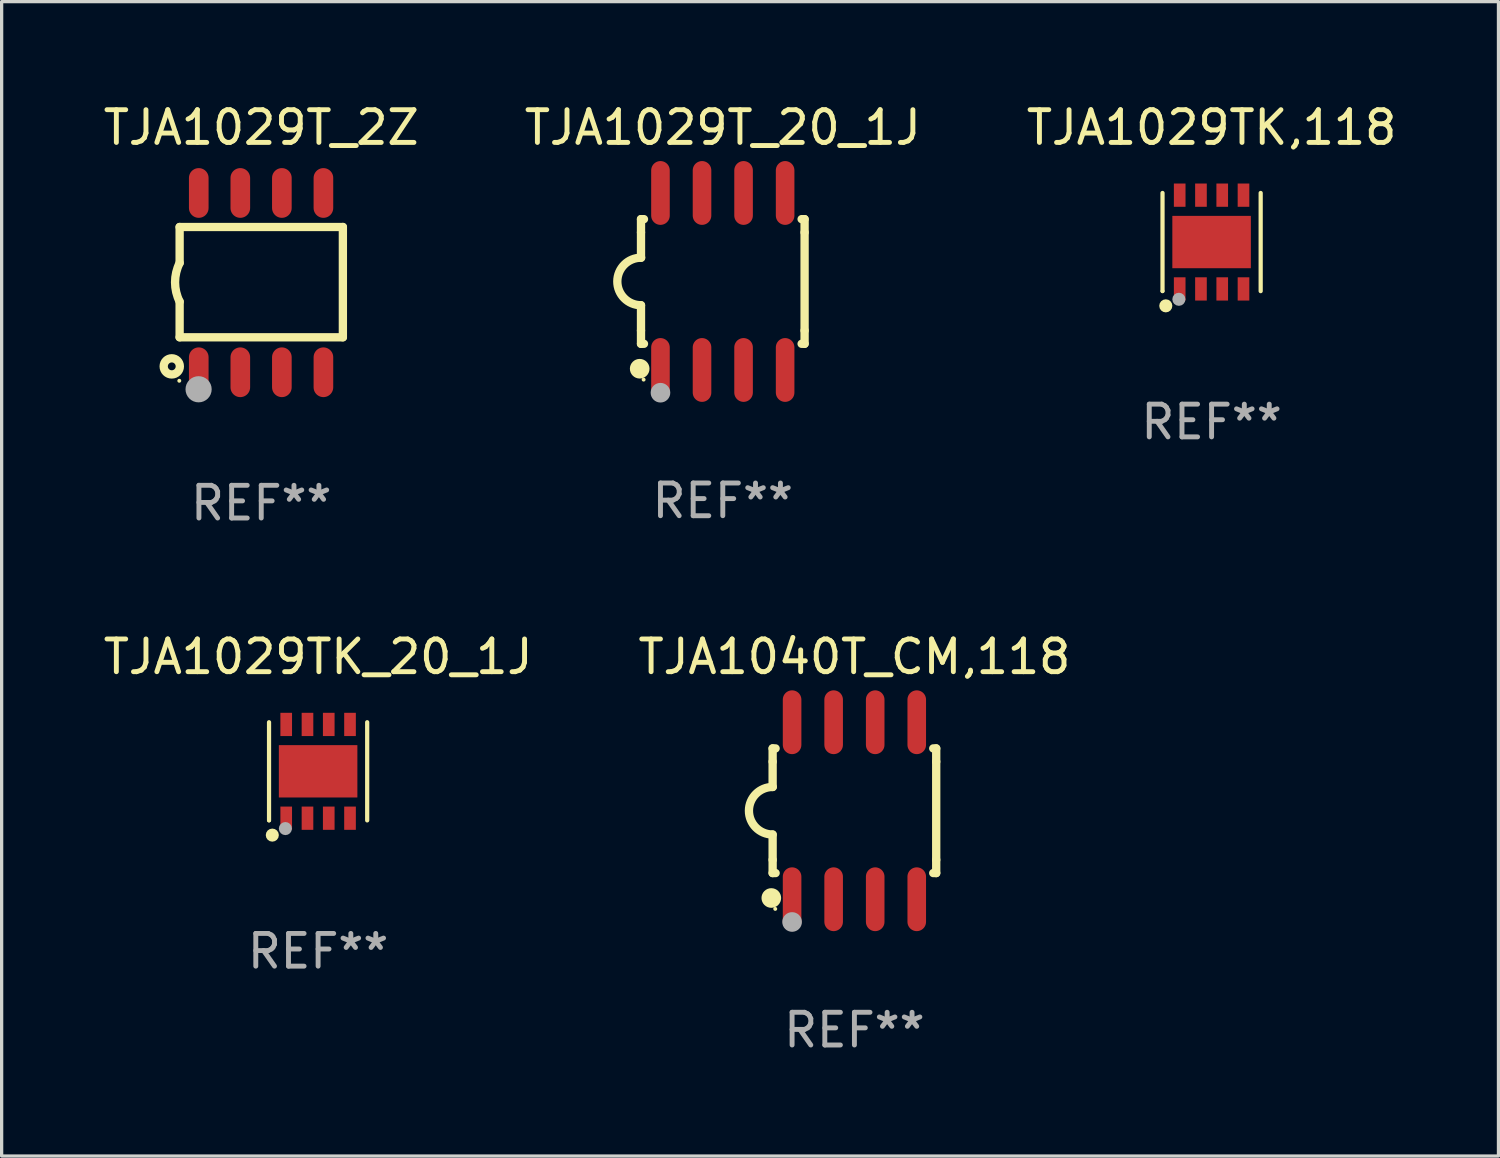
<source format=kicad_pcb>
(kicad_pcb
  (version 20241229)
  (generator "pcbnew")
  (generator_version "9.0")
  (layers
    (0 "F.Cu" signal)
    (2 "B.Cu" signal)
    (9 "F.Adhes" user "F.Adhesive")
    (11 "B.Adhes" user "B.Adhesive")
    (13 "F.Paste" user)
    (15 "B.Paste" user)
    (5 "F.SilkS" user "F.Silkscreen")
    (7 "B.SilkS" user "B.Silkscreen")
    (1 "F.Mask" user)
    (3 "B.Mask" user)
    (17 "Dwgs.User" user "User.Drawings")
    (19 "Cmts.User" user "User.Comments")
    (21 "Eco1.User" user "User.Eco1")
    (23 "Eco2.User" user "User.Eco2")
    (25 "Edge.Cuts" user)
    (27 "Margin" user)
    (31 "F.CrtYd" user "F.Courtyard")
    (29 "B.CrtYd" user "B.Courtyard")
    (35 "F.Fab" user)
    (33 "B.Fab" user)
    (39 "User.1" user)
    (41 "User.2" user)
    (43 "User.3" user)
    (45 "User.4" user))
  (footprint "TJA1029T_2Z"
    (layer "F.Cu")
    (at 4.935 5.588)
    (property "Reference" "TJA1029T_2Z" (at 0 -4.74 0) (layer "F.SilkS") (effects (font (size 1 1) (thickness 0.15))))
    (attr through_hole)
    (fp_line (start -2.495 -1.7) (end 2.495 -1.7) (stroke (width 0.254) (type solid)) (layer "F.SilkS"))
    (fp_line (start -2.495 -0.6) (end -2.495 -1.7) (stroke (width 0.254) (type solid)) (layer "F.SilkS"))
    (fp_line (start -2.495 1.671) (end -2.495 0.58) (stroke (width 0.254) (type solid)) (layer "F.SilkS"))
    (fp_line (start 2.495 -1.7) (end 2.495 1.671) (stroke (width 0.254) (type solid)) (layer "F.SilkS"))
    (fp_line (start 2.495 1.671) (end -2.495 1.671) (stroke (width 0.254) (type solid)) (layer "F.SilkS"))
    (fp_arc (start -2.495009 0.58001) (mid -2.634112 -0.009995) (end -2.495009 -0.6) (stroke (width 0.254001) (type solid)) (layer "F.SilkS"))
    (fp_circle (center -2.735 2.56) (end -2.615 2.56) (stroke (width 0.254) (type solid)) (fill no) (layer "F.SilkS"))
    (fp_circle (center -2.505 3) (end -2.475 3) (stroke (width 0.06) (type solid)) (fill no) (layer "F.SilkS"))
    (fp_circle (center -1.915 3.26) (end -1.715 3.26) (stroke (width 0.4) (type solid)) (fill no) (layer "F.Fab"))
    (fp_text user "REF**" (at 0 6.74 0) (layer "F.Fab") (effects (font (size 1 1) (thickness 0.15))))
    (pad "1" smd oval (at -1.91 2.74) (size 0.6 1.52) (layers "F.Cu" "F.Mask" "F.Paste"))
    (pad "2" smd oval (at -0.64 2.74) (size 0.6 1.52) (layers "F.Cu" "F.Mask" "F.Paste"))
    (pad "3" smd oval (at 0.63 2.74) (size 0.6 1.52) (layers "F.Cu" "F.Mask" "F.Paste"))
    (pad "4" smd oval (at 1.9 2.74) (size 0.6 1.52) (layers "F.Cu" "F.Mask" "F.Paste"))
    (pad "5" smd oval (at 1.9 -2.74) (size 0.6 1.52) (layers "F.Cu" "F.Mask" "F.Paste"))
    (pad "6" smd oval (at 0.63 -2.74) (size 0.6 1.52) (layers "F.Cu" "F.Mask" "F.Paste"))
    (pad "7" smd oval (at -0.64 -2.74) (size 0.6 1.52) (layers "F.Cu" "F.Mask" "F.Paste"))
    (pad "8" smd oval (at -1.91 -2.74) (size 0.6 1.52) (layers "F.Cu" "F.Mask" "F.Paste")))
  (footprint "TJA1029TK_20_1J"
    (layer "F.Cu")
    (at 6.673 20.525)
    (property "Reference" "TJA1029TK_20_1J" (at 0 -3.5 0) (layer "F.SilkS") (effects (font (size 1 1) (thickness 0.15))))
    (attr through_hole)
    (fp_line (start -1.5 1.5) (end -1.5 -1.5) (stroke (width 0.129) (type solid)) (layer "F.SilkS"))
    (fp_line (start 1.5 -1.5) (end 1.5 1.5) (stroke (width 0.129) (type solid)) (layer "F.SilkS"))
    (fp_circle (center -1.5 1.5) (end -1.47 1.5) (stroke (width 0.06) (type solid)) (fill no) (layer "F.SilkS"))
    (fp_circle (center -1.4 1.95) (end -1.3 1.95) (stroke (width 0.2) (type solid)) (fill no) (layer "F.SilkS"))
    (fp_circle (center -1 1.75) (end -0.9 1.75) (stroke (width 0.2) (type solid)) (fill no) (layer "F.Fab"))
    (fp_text user "REF**" (at 0 5.5 0) (layer "F.Fab") (effects (font (size 1 1) (thickness 0.15))))
    (pad "1" smd rect (at -0.975 1.433) (size 0.356 0.711) (layers "F.Cu" "F.Mask" "F.Paste"))
    (pad "2" smd rect (at -0.325 1.433) (size 0.356 0.711) (layers "F.Cu" "F.Mask" "F.Paste"))
    (pad "3" smd rect (at 0.325 1.433) (size 0.356 0.711) (layers "F.Cu" "F.Mask" "F.Paste"))
    (pad "4" smd rect (at 0.975 1.433) (size 0.356 0.711) (layers "F.Cu" "F.Mask" "F.Paste"))
    (pad "5" smd rect (at 0.975 -1.433) (size 0.356 0.711) (layers "F.Cu" "F.Mask" "F.Paste"))
    (pad "6" smd rect (at 0.325 -1.433) (size 0.356 0.711) (layers "F.Cu" "F.Mask" "F.Paste"))
    (pad "7" smd rect (at -0.325 -1.433) (size 0.356 0.711) (layers "F.Cu" "F.Mask" "F.Paste"))
    (pad "8" smd rect (at -0.975 -1.433) (size 0.356 0.711) (layers "F.Cu" "F.Mask" "F.Paste"))
    (pad "9" smd rect (at 0 0) (size 2.4 1.6) (layers "F.Cu" "F.Mask" "F.Paste")))
  (footprint "TJA1040T_CM,118"
    (layer "F.Cu")
    (at 23.065 21.73)
    (property "Reference" "TJA1040T_CM,118" (at 0 -4.705 0) (layer "F.SilkS") (effects (font (size 1 1) (thickness 0.15))))
    (attr through_hole)
    (fp_line (start -2.5 -1.905) (end -2.409 -1.905) (stroke (width 0.254) (type solid)) (layer "F.SilkS"))
    (fp_line (start -2.5 -1.5) (end -2.5 -1.905) (stroke (width 0.254) (type solid)) (layer "F.SilkS"))
    (fp_line (start -2.5 -1.5) (end -2.5 -0.726) (stroke (width 0.254) (type solid)) (layer "F.SilkS"))
    (fp_line (start -2.5 1.5) (end -2.5 0.727) (stroke (width 0.254) (type solid)) (layer "F.SilkS"))
    (fp_line (start -2.5 1.5) (end -2.5 1.905) (stroke (width 0.254) (type solid)) (layer "F.SilkS"))
    (fp_line (start -2.5 1.905) (end -2.409 1.905) (stroke (width 0.254) (type solid)) (layer "F.SilkS"))
    (fp_line (start 2.5 -1.905) (end 2.409 -1.905) (stroke (width 0.254) (type solid)) (layer "F.SilkS"))
    (fp_line (start 2.5 -1.5) (end 2.5 -1.905) (stroke (width 0.254) (type solid)) (layer "F.SilkS"))
    (fp_line (start 2.5 -1.5) (end 2.5 1.5) (stroke (width 0.254) (type solid)) (layer "F.SilkS"))
    (fp_line (start 2.5 1.5) (end 2.5 1.905) (stroke (width 0.254) (type solid)) (layer "F.SilkS"))
    (fp_line (start 2.5 1.905) (end 2.409 1.905) (stroke (width 0.254) (type solid)) (layer "F.SilkS"))
    (fp_arc (start -2.5 0.726568) (mid -3.220316 -0.0023) (end -2.495097 -0.726289) (stroke (width 0.254001) (type solid)) (layer "F.SilkS"))
    (fp_circle (center -2.54 2.667) (end -2.39 2.667) (stroke (width 0.3) (type solid)) (fill no) (layer "F.SilkS"))
    (fp_circle (center -2.42 3) (end -2.39 3) (stroke (width 0.06) (type solid)) (fill no) (layer "F.SilkS"))
    (fp_circle (center -1.905 3.4) (end -1.755 3.4) (stroke (width 0.3) (type solid)) (fill no) (layer "F.Fab"))
    (fp_text user "REF**" (at 0 6.705 0) (layer "F.Fab") (effects (font (size 1 1) (thickness 0.15))))
    (pad "1" smd oval (at -1.905 2.705) (size 0.568 1.95) (layers "F.Cu" "F.Mask" "F.Paste"))
    (pad "2" smd oval (at -0.635 2.705) (size 0.568 1.95) (layers "F.Cu" "F.Mask" "F.Paste"))
    (pad "3" smd oval (at 0.635 2.705) (size 0.568 1.95) (layers "F.Cu" "F.Mask" "F.Paste"))
    (pad "4" smd oval (at 1.905 2.705) (size 0.568 1.95) (layers "F.Cu" "F.Mask" "F.Paste"))
    (pad "5" smd oval (at 1.905 -2.705) (size 0.568 1.95) (layers "F.Cu" "F.Mask" "F.Paste"))
    (pad "6" smd oval (at 0.635 -2.705) (size 0.568 1.95) (layers "F.Cu" "F.Mask" "F.Paste"))
    (pad "7" smd oval (at -0.635 -2.705) (size 0.568 1.95) (layers "F.Cu" "F.Mask" "F.Paste"))
    (pad "8" smd oval (at -1.905 -2.705) (size 0.568 1.95) (layers "F.Cu" "F.Mask" "F.Paste")))
  (footprint "TJA1029TK,118"
    (layer "F.Cu")
    (at 33.982 4.348)
    (property "Reference" "TJA1029TK,118" (at 0 -3.5 0) (layer "F.SilkS") (effects (font (size 1 1) (thickness 0.15))))
    (attr through_hole)
    (fp_line (start -1.5 1.5) (end -1.5 -1.5) (stroke (width 0.129) (type solid)) (layer "F.SilkS"))
    (fp_line (start 1.5 -1.5) (end 1.5 1.5) (stroke (width 0.129) (type solid)) (layer "F.SilkS"))
    (fp_circle (center -1.5 1.5) (end -1.47 1.5) (stroke (width 0.06) (type solid)) (fill no) (layer "F.SilkS"))
    (fp_circle (center -1.4 1.95) (end -1.3 1.95) (stroke (width 0.2) (type solid)) (fill no) (layer "F.SilkS"))
    (fp_circle (center -1 1.75) (end -0.9 1.75) (stroke (width 0.2) (type solid)) (fill no) (layer "F.Fab"))
    (fp_text user "REF**" (at 0 5.5 0) (layer "F.Fab") (effects (font (size 1 1) (thickness 0.15))))
    (pad "1" smd rect (at -0.975 1.433) (size 0.356 0.711) (layers "F.Cu" "F.Mask" "F.Paste"))
    (pad "2" smd rect (at -0.325 1.433) (size 0.356 0.711) (layers "F.Cu" "F.Mask" "F.Paste"))
    (pad "3" smd rect (at 0.325 1.433) (size 0.356 0.711) (layers "F.Cu" "F.Mask" "F.Paste"))
    (pad "4" smd rect (at 0.975 1.433) (size 0.356 0.711) (layers "F.Cu" "F.Mask" "F.Paste"))
    (pad "5" smd rect (at 0.975 -1.433) (size 0.356 0.711) (layers "F.Cu" "F.Mask" "F.Paste"))
    (pad "6" smd rect (at 0.325 -1.433) (size 0.356 0.711) (layers "F.Cu" "F.Mask" "F.Paste"))
    (pad "7" smd rect (at -0.325 -1.433) (size 0.356 0.711) (layers "F.Cu" "F.Mask" "F.Paste"))
    (pad "8" smd rect (at -0.975 -1.433) (size 0.356 0.711) (layers "F.Cu" "F.Mask" "F.Paste"))
    (pad "9" smd rect (at 0 0) (size 2.4 1.6) (layers "F.Cu" "F.Mask" "F.Paste")))
  (footprint "TJA1029T_20_1J"
    (layer "F.Cu")
    (at 19.042 5.553)
    (property "Reference" "TJA1029T_20_1J" (at 0 -4.705 0) (layer "F.SilkS") (effects (font (size 1 1) (thickness 0.15))))
    (attr through_hole)
    (fp_line (start -2.5 -1.905) (end -2.409 -1.905) (stroke (width 0.254) (type solid)) (layer "F.SilkS"))
    (fp_line (start -2.5 -1.5) (end -2.5 -1.905) (stroke (width 0.254) (type solid)) (layer "F.SilkS"))
    (fp_line (start -2.5 -1.5) (end -2.5 -0.726) (stroke (width 0.254) (type solid)) (layer "F.SilkS"))
    (fp_line (start -2.5 1.5) (end -2.5 0.727) (stroke (width 0.254) (type solid)) (layer "F.SilkS"))
    (fp_line (start -2.5 1.5) (end -2.5 1.905) (stroke (width 0.254) (type solid)) (layer "F.SilkS"))
    (fp_line (start -2.5 1.905) (end -2.409 1.905) (stroke (width 0.254) (type solid)) (layer "F.SilkS"))
    (fp_line (start 2.5 -1.905) (end 2.409 -1.905) (stroke (width 0.254) (type solid)) (layer "F.SilkS"))
    (fp_line (start 2.5 -1.5) (end 2.5 -1.905) (stroke (width 0.254) (type solid)) (layer "F.SilkS"))
    (fp_line (start 2.5 -1.5) (end 2.5 1.5) (stroke (width 0.254) (type solid)) (layer "F.SilkS"))
    (fp_line (start 2.5 1.5) (end 2.5 1.905) (stroke (width 0.254) (type solid)) (layer "F.SilkS"))
    (fp_line (start 2.5 1.905) (end 2.409 1.905) (stroke (width 0.254) (type solid)) (layer "F.SilkS"))
    (fp_arc (start -2.5 0.726568) (mid -3.220316 -0.0023) (end -2.495097 -0.726289) (stroke (width 0.254001) (type solid)) (layer "F.SilkS"))
    (fp_circle (center -2.54 2.667) (end -2.39 2.667) (stroke (width 0.3) (type solid)) (fill no) (layer "F.SilkS"))
    (fp_circle (center -2.42 3) (end -2.39 3) (stroke (width 0.06) (type solid)) (fill no) (layer "F.SilkS"))
    (fp_circle (center -1.905 3.4) (end -1.755 3.4) (stroke (width 0.3) (type solid)) (fill no) (layer "F.Fab"))
    (fp_text user "REF**" (at 0 6.705 0) (layer "F.Fab") (effects (font (size 1 1) (thickness 0.15))))
    (pad "1" smd oval (at -1.905 2.705) (size 0.568 1.95) (layers "F.Cu" "F.Mask" "F.Paste"))
    (pad "2" smd oval (at -0.635 2.705) (size 0.568 1.95) (layers "F.Cu" "F.Mask" "F.Paste"))
    (pad "3" smd oval (at 0.635 2.705) (size 0.568 1.95) (layers "F.Cu" "F.Mask" "F.Paste"))
    (pad "4" smd oval (at 1.905 2.705) (size 0.568 1.95) (layers "F.Cu" "F.Mask" "F.Paste"))
    (pad "5" smd oval (at 1.905 -2.705) (size 0.568 1.95) (layers "F.Cu" "F.Mask" "F.Paste"))
    (pad "6" smd oval (at 0.635 -2.705) (size 0.568 1.95) (layers "F.Cu" "F.Mask" "F.Paste"))
    (pad "7" smd oval (at -0.635 -2.705) (size 0.568 1.95) (layers "F.Cu" "F.Mask" "F.Paste"))
    (pad "8" smd oval (at -1.905 -2.705) (size 0.568 1.95) (layers "F.Cu" "F.Mask" "F.Paste")))
  (gr_rect
    (start -3 -3)
    (end 42.75 32.283)
    (stroke (width 0.1) (type default))
    (fill no)
    (layer "Edge.Cuts")))
</source>
